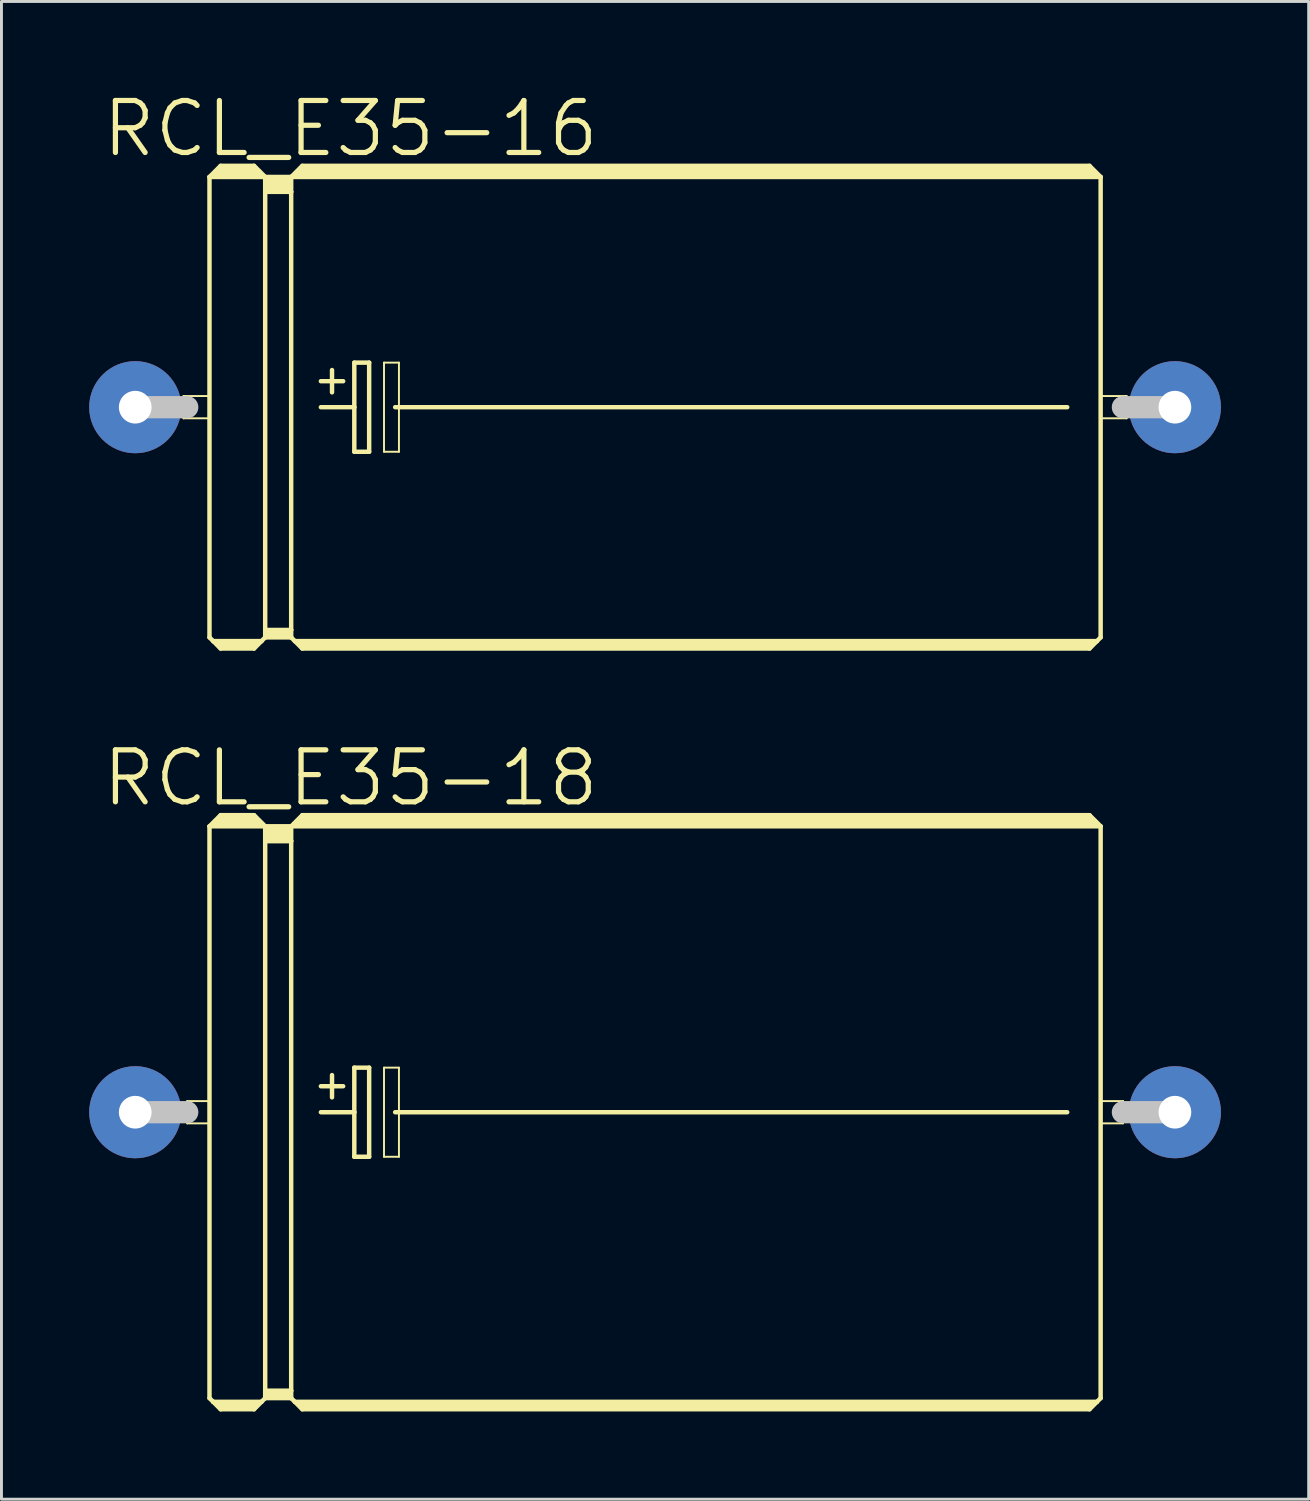
<source format=kicad_pcb>
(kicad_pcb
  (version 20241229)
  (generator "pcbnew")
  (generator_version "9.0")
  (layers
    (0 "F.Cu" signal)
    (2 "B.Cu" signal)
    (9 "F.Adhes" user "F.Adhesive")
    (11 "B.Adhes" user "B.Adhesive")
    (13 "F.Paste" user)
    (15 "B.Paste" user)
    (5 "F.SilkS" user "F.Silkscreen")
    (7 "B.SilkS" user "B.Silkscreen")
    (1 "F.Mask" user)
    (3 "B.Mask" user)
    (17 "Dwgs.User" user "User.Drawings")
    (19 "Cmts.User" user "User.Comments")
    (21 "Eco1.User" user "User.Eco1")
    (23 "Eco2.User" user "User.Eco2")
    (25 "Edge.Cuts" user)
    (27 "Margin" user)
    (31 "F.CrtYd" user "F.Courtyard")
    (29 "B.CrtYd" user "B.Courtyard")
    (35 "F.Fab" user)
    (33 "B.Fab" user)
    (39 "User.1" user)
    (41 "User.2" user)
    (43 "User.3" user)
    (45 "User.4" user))
  (footprint "RCL_E35-16"
    (layer "F.Cu")
    (at 19.355 10.877)
    (property "Reference" "RCL_E35-16" (at -10.414 -9.525 0) (layer "F.SilkS") (effects (font (size 1.778 1.778) (thickness 0.178))))
    (attr exclude_from_pos_files exclude_from_bom)
    (fp_line (start -16.129 -0.381) (end -15.24 -0.381) (stroke (width 0.066) (type solid)) (layer "F.SilkS"))
    (fp_line (start -16.129 0.381) (end -16.129 -0.381) (stroke (width 0.066) (type solid)) (layer "F.SilkS"))
    (fp_line (start -16.129 0.381) (end -15.24 0.381) (stroke (width 0.066) (type solid)) (layer "F.SilkS"))
    (fp_line (start -15.24 -7.874) (end -15.24 7.874) (stroke (width 0.152) (type solid)) (layer "F.SilkS"))
    (fp_line (start -15.24 -7.874) (end -14.859 -8.255) (stroke (width 0.152) (type solid)) (layer "F.SilkS"))
    (fp_line (start -15.24 -7.874) (end -13.335 -7.874) (stroke (width 0.152) (type solid)) (layer "F.SilkS"))
    (fp_line (start -15.24 0.381) (end -15.24 -0.381) (stroke (width 0.066) (type solid)) (layer "F.SilkS"))
    (fp_line (start -15.24 7.874) (end -15.113 8.001) (stroke (width 0.152) (type solid)) (layer "F.SilkS"))
    (fp_line (start -15.113 8.001) (end -14.859 8.255) (stroke (width 0.152) (type solid)) (layer "F.SilkS"))
    (fp_line (start -15.113 8.001) (end -13.462 8.001) (stroke (width 0.152) (type solid)) (layer "F.SilkS"))
    (fp_line (start -14.986 -8.001) (end -13.589 -8.001) (stroke (width 0.305) (type solid)) (layer "F.SilkS"))
    (fp_line (start -14.859 -8.255) (end -13.716 -8.255) (stroke (width 0.152) (type solid)) (layer "F.SilkS"))
    (fp_line (start -14.859 -8.128) (end -13.716 -8.128) (stroke (width 0.305) (type solid)) (layer "F.SilkS"))
    (fp_line (start -14.859 8.128) (end -13.716 8.128) (stroke (width 0.305) (type solid)) (layer "F.SilkS"))
    (fp_line (start -14.859 8.255) (end -13.716 8.255) (stroke (width 0.152) (type solid)) (layer "F.SilkS"))
    (fp_line (start -13.462 8.001) (end -13.716 8.255) (stroke (width 0.152) (type solid)) (layer "F.SilkS"))
    (fp_line (start -13.335 -7.874) (end -13.716 -8.255) (stroke (width 0.152) (type solid)) (layer "F.SilkS"))
    (fp_line (start -13.335 -7.874) (end -13.335 -7.366) (stroke (width 0.152) (type solid)) (layer "F.SilkS"))
    (fp_line (start -13.335 -7.874) (end -12.446 -7.874) (stroke (width 0.152) (type solid)) (layer "F.SilkS"))
    (fp_line (start -13.335 -7.366) (end -13.335 7.62) (stroke (width 0.152) (type solid)) (layer "F.SilkS"))
    (fp_line (start -13.335 -7.366) (end -12.446 -7.366) (stroke (width 0.152) (type solid)) (layer "F.SilkS"))
    (fp_line (start -13.335 7.62) (end -13.335 7.874) (stroke (width 0.152) (type solid)) (layer "F.SilkS"))
    (fp_line (start -13.335 7.62) (end -12.446 7.62) (stroke (width 0.152) (type solid)) (layer "F.SilkS"))
    (fp_line (start -13.335 7.874) (end -13.462 8.001) (stroke (width 0.152) (type solid)) (layer "F.SilkS"))
    (fp_line (start -13.335 7.874) (end -12.446 7.874) (stroke (width 0.152) (type solid)) (layer "F.SilkS"))
    (fp_line (start -13.208 -7.747) (end -12.573 -7.747) (stroke (width 0.305) (type solid)) (layer "F.SilkS"))
    (fp_line (start -13.208 -7.493) (end -12.573 -7.493) (stroke (width 0.305) (type solid)) (layer "F.SilkS"))
    (fp_line (start -13.208 7.747) (end -12.573 7.747) (stroke (width 0.305) (type solid)) (layer "F.SilkS"))
    (fp_line (start -12.446 -7.874) (end -12.446 -7.366) (stroke (width 0.152) (type solid)) (layer "F.SilkS"))
    (fp_line (start -12.446 -7.874) (end -12.065 -8.255) (stroke (width 0.152) (type solid)) (layer "F.SilkS"))
    (fp_line (start -12.446 -7.874) (end 15.24 -7.874) (stroke (width 0.152) (type solid)) (layer "F.SilkS"))
    (fp_line (start -12.446 -7.366) (end -12.446 7.62) (stroke (width 0.152) (type solid)) (layer "F.SilkS"))
    (fp_line (start -12.446 7.62) (end -12.446 7.874) (stroke (width 0.152) (type solid)) (layer "F.SilkS"))
    (fp_line (start -12.319 8.001) (end -12.446 7.874) (stroke (width 0.152) (type solid)) (layer "F.SilkS"))
    (fp_line (start -12.319 8.001) (end 15.113 8.001) (stroke (width 0.152) (type solid)) (layer "F.SilkS"))
    (fp_line (start -12.192 -8.001) (end 14.986 -8.001) (stroke (width 0.305) (type solid)) (layer "F.SilkS"))
    (fp_line (start -12.065 -8.128) (end 14.859 -8.128) (stroke (width 0.305) (type solid)) (layer "F.SilkS"))
    (fp_line (start -12.065 8.128) (end 14.859 8.128) (stroke (width 0.305) (type solid)) (layer "F.SilkS"))
    (fp_line (start -12.065 8.255) (end -12.319 8.001) (stroke (width 0.152) (type solid)) (layer "F.SilkS"))
    (fp_line (start -11.43 -0.889) (end -10.668 -0.889) (stroke (width 0.152) (type solid)) (layer "F.SilkS"))
    (fp_line (start -11.43 0) (end -10.287 0) (stroke (width 0.152) (type solid)) (layer "F.SilkS"))
    (fp_line (start -11.049 -1.27) (end -11.049 -0.508) (stroke (width 0.152) (type solid)) (layer "F.SilkS"))
    (fp_line (start -10.287 -1.524) (end -10.287 0) (stroke (width 0.152) (type solid)) (layer "F.SilkS"))
    (fp_line (start -10.287 0) (end -10.287 1.524) (stroke (width 0.152) (type solid)) (layer "F.SilkS"))
    (fp_line (start -10.287 1.524) (end -9.779 1.524) (stroke (width 0.152) (type solid)) (layer "F.SilkS"))
    (fp_line (start -9.779 -1.524) (end -10.287 -1.524) (stroke (width 0.152) (type solid)) (layer "F.SilkS"))
    (fp_line (start -9.779 1.524) (end -9.779 -1.524) (stroke (width 0.152) (type solid)) (layer "F.SilkS"))
    (fp_line (start -9.271 -1.524) (end -8.76 -1.524) (stroke (width 0.066) (type solid)) (layer "F.SilkS"))
    (fp_line (start -9.271 1.524) (end -9.271 -1.524) (stroke (width 0.066) (type solid)) (layer "F.SilkS"))
    (fp_line (start -9.271 1.524) (end -8.76 1.524) (stroke (width 0.066) (type solid)) (layer "F.SilkS"))
    (fp_line (start -8.89 0) (end 14.097 0) (stroke (width 0.152) (type solid)) (layer "F.SilkS"))
    (fp_line (start -8.76 1.524) (end -8.76 -1.524) (stroke (width 0.066) (type solid)) (layer "F.SilkS"))
    (fp_line (start 14.859 -8.255) (end -12.065 -8.255) (stroke (width 0.152) (type solid)) (layer "F.SilkS"))
    (fp_line (start 14.859 8.255) (end -12.065 8.255) (stroke (width 0.152) (type solid)) (layer "F.SilkS"))
    (fp_line (start 15.113 8.001) (end 14.859 8.255) (stroke (width 0.152) (type solid)) (layer "F.SilkS"))
    (fp_line (start 15.24 -7.874) (end 14.859 -8.255) (stroke (width 0.152) (type solid)) (layer "F.SilkS"))
    (fp_line (start 15.24 -7.874) (end 15.24 7.874) (stroke (width 0.152) (type solid)) (layer "F.SilkS"))
    (fp_line (start 15.24 -0.381) (end 16.129 -0.381) (stroke (width 0.066) (type solid)) (layer "F.SilkS"))
    (fp_line (start 15.24 0.381) (end 15.24 -0.381) (stroke (width 0.066) (type solid)) (layer "F.SilkS"))
    (fp_line (start 15.24 0.381) (end 16.129 0.381) (stroke (width 0.066) (type solid)) (layer "F.SilkS"))
    (fp_line (start 15.24 7.874) (end 15.113 8.001) (stroke (width 0.152) (type solid)) (layer "F.SilkS"))
    (fp_line (start 16.129 0.381) (end 16.129 -0.381) (stroke (width 0.066) (type solid)) (layer "F.SilkS"))
    (fp_line (start -17.78 0) (end -16.002 0) (stroke (width 0.762) (type solid)) (layer "Dwgs.User"))
    (fp_line (start 17.78 0) (end 16.002 0) (stroke (width 0.762) (type solid)) (layer "Dwgs.User"))
    (pad "+" thru_hole circle (at -17.78 0) (size 3.15 3.15) (drill 1.118) (layers "*.Cu" "*.Paste" "*.Mask"))
    (pad "-" thru_hole circle (at 17.78 0) (size 3.15 3.15) (drill 1.118) (layers "*.Cu" "*.Paste" "*.Mask")))
  (footprint "RCL_E35-18"
    (layer "F.Cu")
    (at 19.355 34.991)
    (property "Reference" "RCL_E35-18" (at -10.414 -11.43 0) (layer "F.SilkS") (effects (font (size 1.778 1.778) (thickness 0.178))))
    (attr exclude_from_pos_files exclude_from_bom)
    (fp_line (start -16.002 -0.381) (end -15.24 -0.381) (stroke (width 0.066) (type solid)) (layer "F.SilkS"))
    (fp_line (start -16.002 0.381) (end -16.002 -0.381) (stroke (width 0.066) (type solid)) (layer "F.SilkS"))
    (fp_line (start -16.002 0.381) (end -15.24 0.381) (stroke (width 0.066) (type solid)) (layer "F.SilkS"))
    (fp_line (start -15.24 -9.779) (end -15.24 9.779) (stroke (width 0.152) (type solid)) (layer "F.SilkS"))
    (fp_line (start -15.24 -9.779) (end -14.859 -10.16) (stroke (width 0.152) (type solid)) (layer "F.SilkS"))
    (fp_line (start -15.24 -9.779) (end -13.335 -9.779) (stroke (width 0.152) (type solid)) (layer "F.SilkS"))
    (fp_line (start -15.24 0.381) (end -15.24 -0.381) (stroke (width 0.066) (type solid)) (layer "F.SilkS"))
    (fp_line (start -15.24 9.779) (end -15.113 9.906) (stroke (width 0.152) (type solid)) (layer "F.SilkS"))
    (fp_line (start -15.113 9.906) (end -14.859 10.16) (stroke (width 0.152) (type solid)) (layer "F.SilkS"))
    (fp_line (start -15.113 9.906) (end -13.462 9.906) (stroke (width 0.152) (type solid)) (layer "F.SilkS"))
    (fp_line (start -14.986 -9.906) (end -13.589 -9.906) (stroke (width 0.305) (type solid)) (layer "F.SilkS"))
    (fp_line (start -14.859 -10.16) (end -13.716 -10.16) (stroke (width 0.152) (type solid)) (layer "F.SilkS"))
    (fp_line (start -14.859 -10.033) (end -13.716 -10.033) (stroke (width 0.305) (type solid)) (layer "F.SilkS"))
    (fp_line (start -14.859 10.033) (end -13.716 10.033) (stroke (width 0.305) (type solid)) (layer "F.SilkS"))
    (fp_line (start -14.859 10.16) (end -13.716 10.16) (stroke (width 0.152) (type solid)) (layer "F.SilkS"))
    (fp_line (start -13.462 9.906) (end -13.716 10.16) (stroke (width 0.152) (type solid)) (layer "F.SilkS"))
    (fp_line (start -13.335 -9.779) (end -13.716 -10.16) (stroke (width 0.152) (type solid)) (layer "F.SilkS"))
    (fp_line (start -13.335 -9.779) (end -13.335 -9.271) (stroke (width 0.152) (type solid)) (layer "F.SilkS"))
    (fp_line (start -13.335 -9.779) (end -12.446 -9.779) (stroke (width 0.152) (type solid)) (layer "F.SilkS"))
    (fp_line (start -13.335 -9.271) (end -13.335 9.525) (stroke (width 0.152) (type solid)) (layer "F.SilkS"))
    (fp_line (start -13.335 -9.271) (end -12.446 -9.271) (stroke (width 0.152) (type solid)) (layer "F.SilkS"))
    (fp_line (start -13.335 9.525) (end -13.335 9.779) (stroke (width 0.152) (type solid)) (layer "F.SilkS"))
    (fp_line (start -13.335 9.525) (end -12.446 9.525) (stroke (width 0.152) (type solid)) (layer "F.SilkS"))
    (fp_line (start -13.335 9.779) (end -13.462 9.906) (stroke (width 0.152) (type solid)) (layer "F.SilkS"))
    (fp_line (start -13.335 9.779) (end -12.446 9.779) (stroke (width 0.152) (type solid)) (layer "F.SilkS"))
    (fp_line (start -13.208 -9.652) (end -12.573 -9.652) (stroke (width 0.305) (type solid)) (layer "F.SilkS"))
    (fp_line (start -13.208 -9.398) (end -12.573 -9.398) (stroke (width 0.305) (type solid)) (layer "F.SilkS"))
    (fp_line (start -13.208 9.652) (end -12.573 9.652) (stroke (width 0.305) (type solid)) (layer "F.SilkS"))
    (fp_line (start -12.446 -9.779) (end -12.446 -9.271) (stroke (width 0.152) (type solid)) (layer "F.SilkS"))
    (fp_line (start -12.446 -9.779) (end -12.065 -10.16) (stroke (width 0.152) (type solid)) (layer "F.SilkS"))
    (fp_line (start -12.446 -9.779) (end 15.24 -9.779) (stroke (width 0.152) (type solid)) (layer "F.SilkS"))
    (fp_line (start -12.446 -9.271) (end -12.446 9.525) (stroke (width 0.152) (type solid)) (layer "F.SilkS"))
    (fp_line (start -12.446 9.525) (end -12.446 9.779) (stroke (width 0.152) (type solid)) (layer "F.SilkS"))
    (fp_line (start -12.319 9.906) (end -12.446 9.779) (stroke (width 0.152) (type solid)) (layer "F.SilkS"))
    (fp_line (start -12.319 9.906) (end 15.113 9.906) (stroke (width 0.152) (type solid)) (layer "F.SilkS"))
    (fp_line (start -12.192 -9.906) (end 14.986 -9.906) (stroke (width 0.305) (type solid)) (layer "F.SilkS"))
    (fp_line (start -12.065 -10.033) (end 14.859 -10.033) (stroke (width 0.305) (type solid)) (layer "F.SilkS"))
    (fp_line (start -12.065 10.033) (end 14.859 10.033) (stroke (width 0.305) (type solid)) (layer "F.SilkS"))
    (fp_line (start -12.065 10.16) (end -12.319 9.906) (stroke (width 0.152) (type solid)) (layer "F.SilkS"))
    (fp_line (start -11.43 -0.889) (end -10.668 -0.889) (stroke (width 0.152) (type solid)) (layer "F.SilkS"))
    (fp_line (start -11.43 0) (end -10.287 0) (stroke (width 0.152) (type solid)) (layer "F.SilkS"))
    (fp_line (start -11.049 -1.27) (end -11.049 -0.508) (stroke (width 0.152) (type solid)) (layer "F.SilkS"))
    (fp_line (start -10.287 -1.524) (end -10.287 0) (stroke (width 0.152) (type solid)) (layer "F.SilkS"))
    (fp_line (start -10.287 0) (end -10.287 1.524) (stroke (width 0.152) (type solid)) (layer "F.SilkS"))
    (fp_line (start -10.287 1.524) (end -9.779 1.524) (stroke (width 0.152) (type solid)) (layer "F.SilkS"))
    (fp_line (start -9.779 -1.524) (end -10.287 -1.524) (stroke (width 0.152) (type solid)) (layer "F.SilkS"))
    (fp_line (start -9.779 1.524) (end -9.779 -1.524) (stroke (width 0.152) (type solid)) (layer "F.SilkS"))
    (fp_line (start -9.271 -1.524) (end -8.76 -1.524) (stroke (width 0.066) (type solid)) (layer "F.SilkS"))
    (fp_line (start -9.271 1.524) (end -9.271 -1.524) (stroke (width 0.066) (type solid)) (layer "F.SilkS"))
    (fp_line (start -9.271 1.524) (end -8.76 1.524) (stroke (width 0.066) (type solid)) (layer "F.SilkS"))
    (fp_line (start -8.89 0) (end 14.097 0) (stroke (width 0.152) (type solid)) (layer "F.SilkS"))
    (fp_line (start -8.76 1.524) (end -8.76 -1.524) (stroke (width 0.066) (type solid)) (layer "F.SilkS"))
    (fp_line (start 14.859 -10.16) (end -12.065 -10.16) (stroke (width 0.152) (type solid)) (layer "F.SilkS"))
    (fp_line (start 14.859 10.16) (end -12.065 10.16) (stroke (width 0.152) (type solid)) (layer "F.SilkS"))
    (fp_line (start 15.113 9.906) (end 14.859 10.16) (stroke (width 0.152) (type solid)) (layer "F.SilkS"))
    (fp_line (start 15.24 -9.779) (end 14.859 -10.16) (stroke (width 0.152) (type solid)) (layer "F.SilkS"))
    (fp_line (start 15.24 -9.779) (end 15.24 9.779) (stroke (width 0.152) (type solid)) (layer "F.SilkS"))
    (fp_line (start 15.24 -0.381) (end 16.002 -0.381) (stroke (width 0.066) (type solid)) (layer "F.SilkS"))
    (fp_line (start 15.24 0.381) (end 15.24 -0.381) (stroke (width 0.066) (type solid)) (layer "F.SilkS"))
    (fp_line (start 15.24 0.381) (end 16.002 0.381) (stroke (width 0.066) (type solid)) (layer "F.SilkS"))
    (fp_line (start 15.24 9.779) (end 15.113 9.906) (stroke (width 0.152) (type solid)) (layer "F.SilkS"))
    (fp_line (start 16.002 0.381) (end 16.002 -0.381) (stroke (width 0.066) (type solid)) (layer "F.SilkS"))
    (fp_line (start -17.78 0) (end -16.002 0) (stroke (width 0.762) (type solid)) (layer "Dwgs.User"))
    (fp_line (start 17.78 0) (end 16.002 0) (stroke (width 0.762) (type solid)) (layer "Dwgs.User"))
    (pad "+" thru_hole circle (at -17.78 0) (size 3.15 3.15) (drill 1.118) (layers "*.Cu" "*.Paste" "*.Mask"))
    (pad "-" thru_hole circle (at 17.78 0) (size 3.15 3.15) (drill 1.118) (layers "*.Cu" "*.Paste" "*.Mask")))
  (gr_rect
    (start -3 -3)
    (end 41.71 48.227)
    (stroke (width 0.1) (type default))
    (fill no)
    (layer "Edge.Cuts")))
</source>
